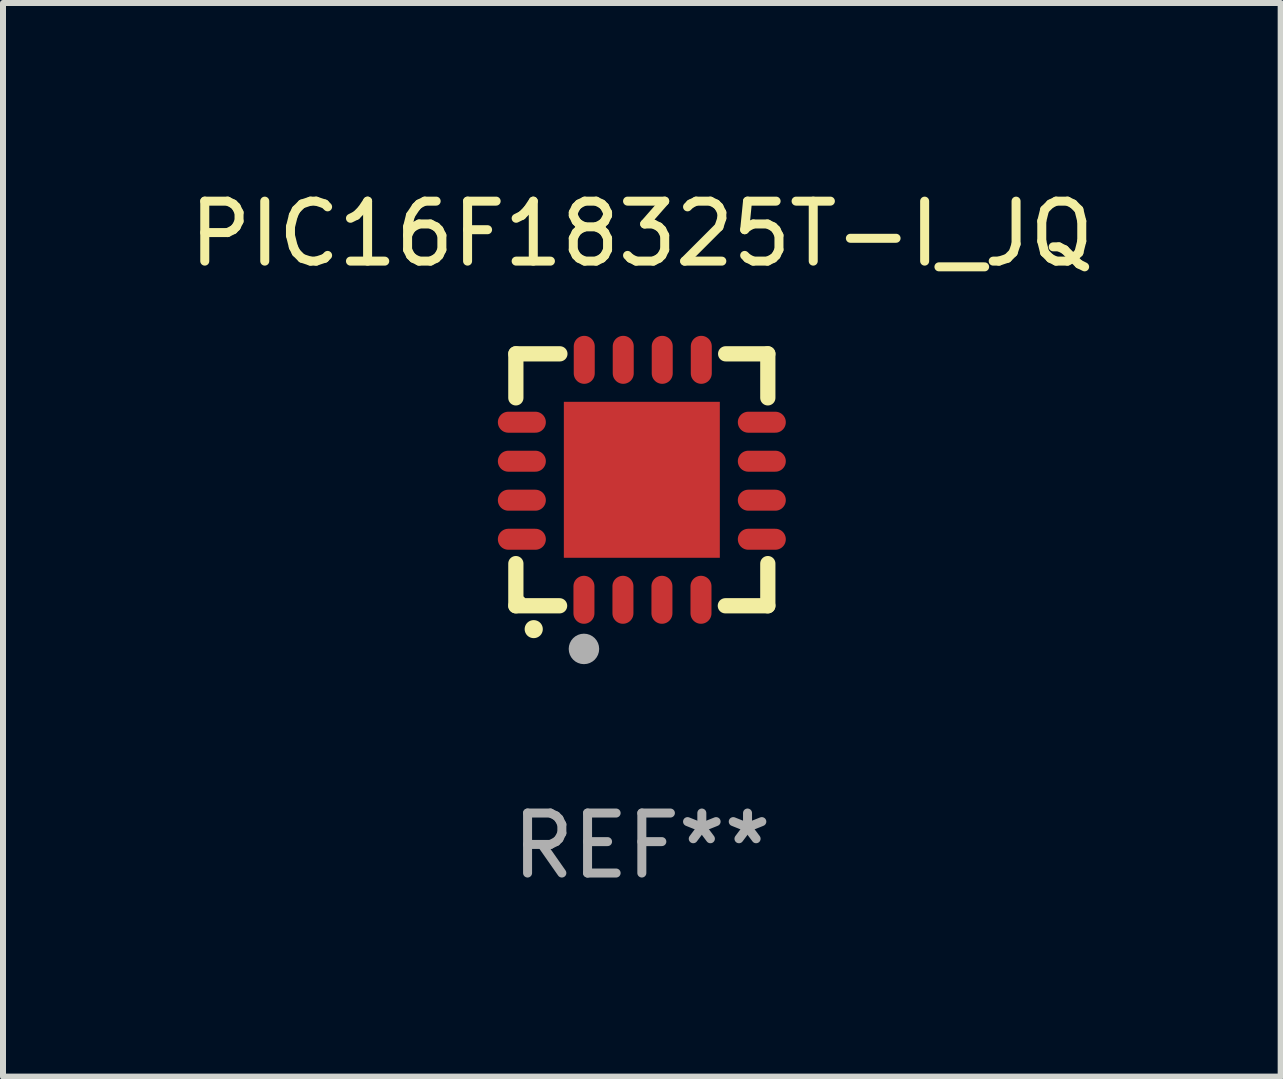
<source format=kicad_pcb>
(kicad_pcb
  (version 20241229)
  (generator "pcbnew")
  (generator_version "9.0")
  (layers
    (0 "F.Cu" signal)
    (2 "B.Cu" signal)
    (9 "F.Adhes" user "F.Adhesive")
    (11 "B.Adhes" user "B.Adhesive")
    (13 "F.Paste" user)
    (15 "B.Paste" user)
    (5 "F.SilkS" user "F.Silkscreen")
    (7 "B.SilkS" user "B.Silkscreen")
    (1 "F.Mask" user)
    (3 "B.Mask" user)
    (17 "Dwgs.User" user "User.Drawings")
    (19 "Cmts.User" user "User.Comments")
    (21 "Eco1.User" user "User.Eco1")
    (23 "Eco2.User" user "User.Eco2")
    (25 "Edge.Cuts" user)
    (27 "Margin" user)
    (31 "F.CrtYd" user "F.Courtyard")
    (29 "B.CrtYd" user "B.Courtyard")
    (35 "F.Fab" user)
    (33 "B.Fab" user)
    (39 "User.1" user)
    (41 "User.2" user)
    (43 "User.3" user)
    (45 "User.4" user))
  (footprint "PIC16F18325T-I_JQ"
    (layer "F.Cu")
    (at 7.649 4.948)
    (property "Reference" "PIC16F18325T-I_JQ" (at 0 -4.1 0) (layer "F.SilkS") (effects (font (size 1 1) (thickness 0.15))))
    (attr through_hole)
    (fp_line (start -2.1 -2.1) (end -1.366 -2.1) (stroke (width 0.254) (type solid)) (layer "F.SilkS"))
    (fp_line (start -2.1 -1.366) (end -2.1 -2.1) (stroke (width 0.254) (type solid)) (layer "F.SilkS"))
    (fp_line (start -2.1 2.1) (end -2.1 1.397) (stroke (width 0.254) (type solid)) (layer "F.SilkS"))
    (fp_line (start -2.1 2.1) (end -1.371 2.1) (stroke (width 0.254) (type solid)) (layer "F.SilkS"))
    (fp_line (start 1.392 2.1) (end 2.1 2.1) (stroke (width 0.254) (type solid)) (layer "F.SilkS"))
    (fp_line (start 1.397 -2.1) (end 2.1 -2.1) (stroke (width 0.254) (type solid)) (layer "F.SilkS"))
    (fp_line (start 2.1 -1.366) (end 2.1 -2.1) (stroke (width 0.254) (type solid)) (layer "F.SilkS"))
    (fp_line (start 2.1 2.1) (end 2.1 1.397) (stroke (width 0.254) (type solid)) (layer "F.SilkS"))
    (fp_arc (start -1.803404 2.489205) (mid -1.802134 2.4892) (end -1.800864 2.489205) (stroke (width 0.3) (type solid)) (layer "F.SilkS"))
    (fp_circle (center -2 2) (end -1.97 2) (stroke (width 0.06) (type solid)) (fill no) (layer "F.SilkS"))
    (fp_circle (center -0.965 2.819) (end -0.838 2.819) (stroke (width 0.254) (type solid)) (fill no) (layer "F.Fab"))
    (fp_text user "REF**" (at 0 6.1 0) (layer "F.Fab") (effects (font (size 1 1) (thickness 0.15))))
    (pad "1" smd oval (at -0.965 2) (size 0.35 0.8) (layers "F.Cu" "F.Mask" "F.Paste"))
    (pad "2" smd oval (at -0.315 2) (size 0.35 0.8) (layers "F.Cu" "F.Mask" "F.Paste"))
    (pad "3" smd oval (at 0.335 2) (size 0.35 0.8) (layers "F.Cu" "F.Mask" "F.Paste"))
    (pad "4" smd oval (at 0.986 2) (size 0.35 0.8) (layers "F.Cu" "F.Mask" "F.Paste"))
    (pad "5" smd oval (at 2 0.991 90) (size 0.35 0.8) (layers "F.Cu" "F.Mask" "F.Paste"))
    (pad "6" smd oval (at 2 0.34 90) (size 0.35 0.8) (layers "F.Cu" "F.Mask" "F.Paste"))
    (pad "7" smd oval (at 2 -0.31 90) (size 0.35 0.8) (layers "F.Cu" "F.Mask" "F.Paste"))
    (pad "8" smd oval (at 2 -0.96 90) (size 0.35 0.8) (layers "F.Cu" "F.Mask" "F.Paste"))
    (pad "9" smd oval (at 0.991 -2) (size 0.35 0.8) (layers "F.Cu" "F.Mask" "F.Paste"))
    (pad "10" smd oval (at 0.34 -2) (size 0.35 0.8) (layers "F.Cu" "F.Mask" "F.Paste"))
    (pad "11" smd oval (at -0.31 -2) (size 0.35 0.8) (layers "F.Cu" "F.Mask" "F.Paste"))
    (pad "12" smd oval (at -0.96 -2) (size 0.35 0.8) (layers "F.Cu" "F.Mask" "F.Paste"))
    (pad "13" smd oval (at -2 -0.96 90) (size 0.35 0.8) (layers "F.Cu" "F.Mask" "F.Paste"))
    (pad "14" smd oval (at -2 -0.31 90) (size 0.35 0.8) (layers "F.Cu" "F.Mask" "F.Paste"))
    (pad "15" smd oval (at -2 0.34 90) (size 0.35 0.8) (layers "F.Cu" "F.Mask" "F.Paste"))
    (pad "16" smd oval (at -2 0.991 90) (size 0.35 0.8) (layers "F.Cu" "F.Mask" "F.Paste"))
    (pad "17" smd rect (at 0 0 90) (size 2.6 2.6) (layers "F.Cu" "F.Mask" "F.Paste")))
  (gr_rect
    (start -3 -3)
    (end 18.298 14.896)
    (stroke (width 0.1) (type default))
    (fill no)
    (layer "Edge.Cuts")))
</source>
